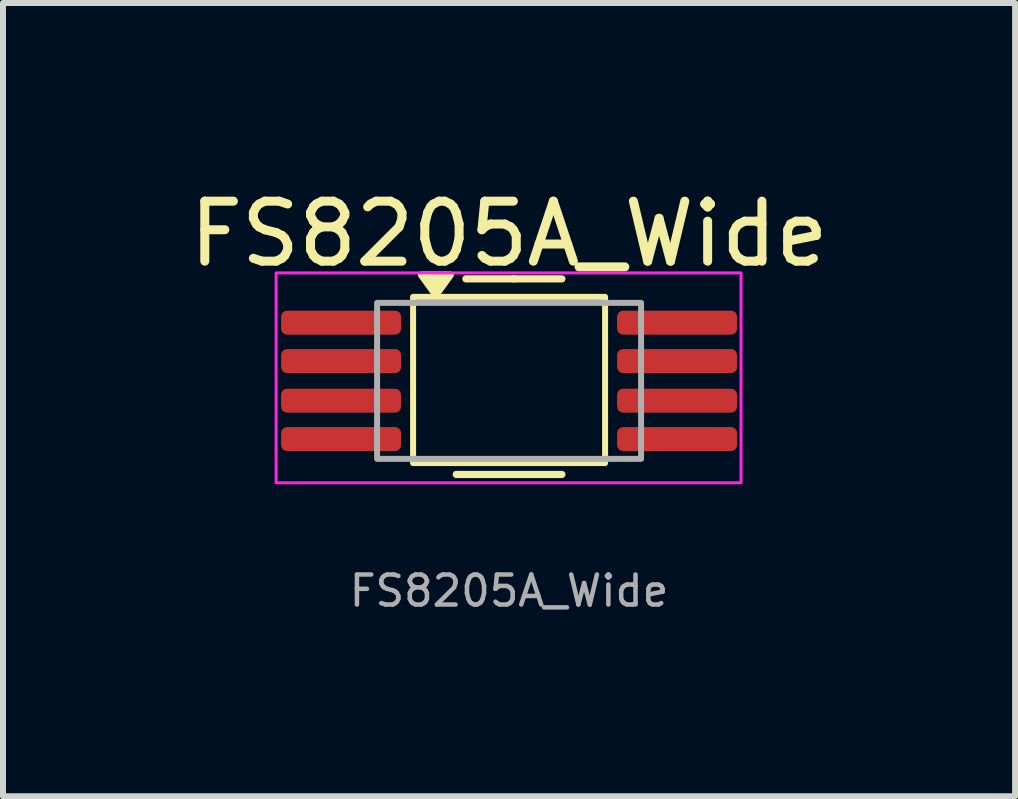
<source format=kicad_pcb>
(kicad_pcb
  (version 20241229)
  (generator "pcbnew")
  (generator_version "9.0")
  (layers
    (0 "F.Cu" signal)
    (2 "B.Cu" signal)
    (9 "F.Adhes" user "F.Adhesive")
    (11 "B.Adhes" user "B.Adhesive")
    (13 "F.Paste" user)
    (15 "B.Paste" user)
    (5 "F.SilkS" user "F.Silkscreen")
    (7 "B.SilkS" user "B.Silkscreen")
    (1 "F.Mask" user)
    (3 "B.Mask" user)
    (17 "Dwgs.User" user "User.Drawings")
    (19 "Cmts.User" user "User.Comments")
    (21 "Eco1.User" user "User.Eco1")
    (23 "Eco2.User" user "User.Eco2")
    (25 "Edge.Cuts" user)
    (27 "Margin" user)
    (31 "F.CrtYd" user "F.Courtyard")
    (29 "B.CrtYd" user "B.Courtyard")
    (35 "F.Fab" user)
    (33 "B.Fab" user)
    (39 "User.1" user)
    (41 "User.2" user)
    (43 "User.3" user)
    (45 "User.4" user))
  (footprint "FS8205A_Wide"
    (layer "F.Cu")
    (at 5.435 3.298)
    (property "Reference" "FS8205A_Wide" (at 0 -2.45 0) (layer "F.SilkS") (effects (font (size 1 1) (thickness 0.15))))
    (attr smd)
    (fp_line (start -0.88 1.56) (end 0.88 1.56) (stroke (width 0.12) (type solid)) (layer "F.SilkS"))
    (fp_line (start 0.08 -1.7) (end -0.72 -1.7) (stroke (width 0.12) (type solid)) (layer "F.SilkS"))
    (fp_line (start 0.08 -1.7) (end 0.88 -1.7) (stroke (width 0.12) (type solid)) (layer "F.SilkS"))
    (fp_rect (start -1.6 -1.4) (end 1.6 1.37) (stroke (width 0.1) (type solid)) (fill no) (layer "F.SilkS"))
    (fp_poly (pts (xy -1.22 -1.435) (xy -1.46 -1.765) (xy -0.98 -1.765) (xy -1.22 -1.435)) (stroke (width 0.12) (type solid)) (fill yes) (layer "F.SilkS"))
    (fp_rect (start -3.883 -1.8) (end 3.866 1.7) (stroke (width 0.05) (type default)) (fill no) (layer "F.CrtYd"))
    (fp_rect (start -2.2 -1.3) (end 2.2 1.3) (stroke (width 0.1) (type solid)) (fill no) (layer "F.Fab"))
    (fp_text user "${REFERENCE}" (at 0 3.5 180) (layer "F.Fab") (effects (font (size 0.5 0.5) (thickness 0.075))))
    (pad "1" smd roundrect (at -2.8 -0.97) (size 2 0.4) (layers "F.Cu" "F.Mask" "F.Paste") (roundrect_rratio 0.25))
    (pad "2" smd roundrect (at -2.8 -0.33) (size 2 0.4) (layers "F.Cu" "F.Mask" "F.Paste") (roundrect_rratio 0.25))
    (pad "3" smd roundrect (at -2.8 0.33) (size 2 0.4) (layers "F.Cu" "F.Mask" "F.Paste") (roundrect_rratio 0.25))
    (pad "4" smd roundrect (at -2.8 0.97) (size 2 0.4) (layers "F.Cu" "F.Mask" "F.Paste") (roundrect_rratio 0.25))
    (pad "5" smd roundrect (at 2.8 0.97) (size 2 0.4) (layers "F.Cu" "F.Mask" "F.Paste") (roundrect_rratio 0.25))
    (pad "6" smd roundrect (at 2.8 0.33) (size 2 0.4) (layers "F.Cu" "F.Mask" "F.Paste") (roundrect_rratio 0.25))
    (pad "7" smd roundrect (at 2.8 -0.33) (size 2 0.4) (layers "F.Cu" "F.Mask" "F.Paste") (roundrect_rratio 0.25))
    (pad "8" smd roundrect (at 2.8 -0.97) (size 2 0.4) (layers "F.Cu" "F.Mask" "F.Paste") (roundrect_rratio 0.25)))
  (gr_rect
    (start -3 -3)
    (end 13.869 10.222)
    (stroke (width 0.1) (type default))
    (fill no)
    (layer "Edge.Cuts")))
</source>
